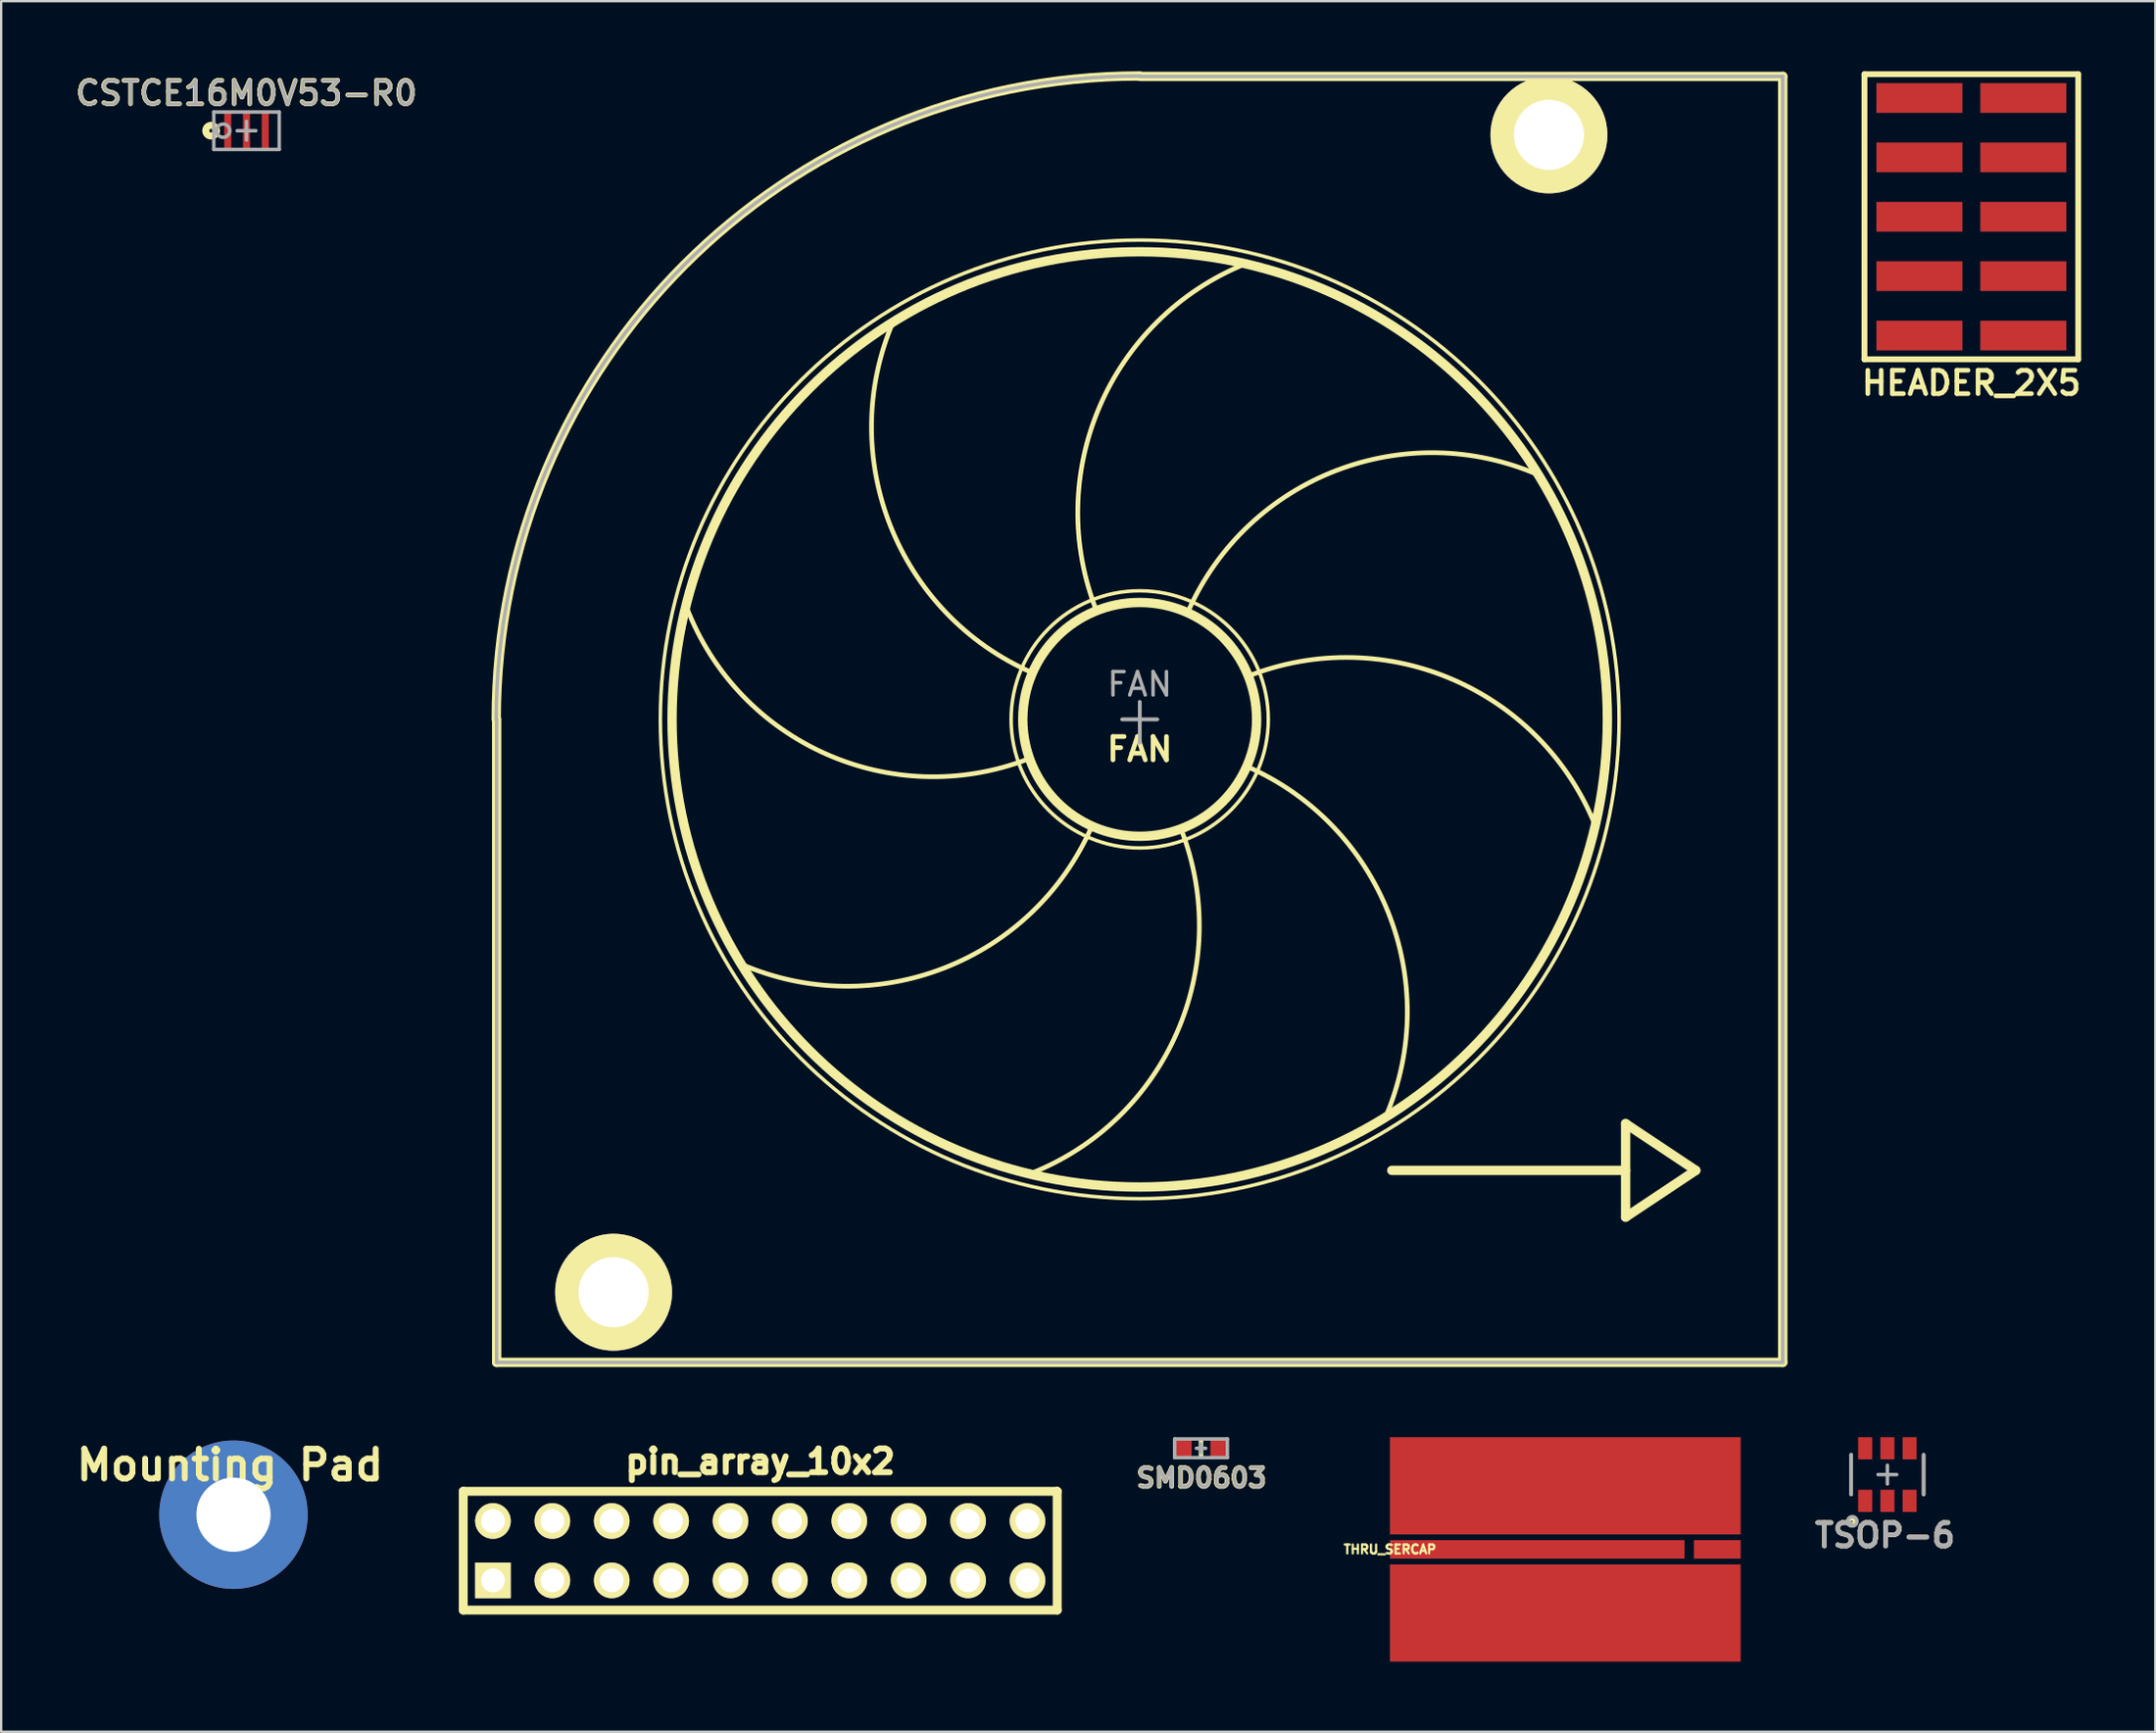
<source format=kicad_pcb>
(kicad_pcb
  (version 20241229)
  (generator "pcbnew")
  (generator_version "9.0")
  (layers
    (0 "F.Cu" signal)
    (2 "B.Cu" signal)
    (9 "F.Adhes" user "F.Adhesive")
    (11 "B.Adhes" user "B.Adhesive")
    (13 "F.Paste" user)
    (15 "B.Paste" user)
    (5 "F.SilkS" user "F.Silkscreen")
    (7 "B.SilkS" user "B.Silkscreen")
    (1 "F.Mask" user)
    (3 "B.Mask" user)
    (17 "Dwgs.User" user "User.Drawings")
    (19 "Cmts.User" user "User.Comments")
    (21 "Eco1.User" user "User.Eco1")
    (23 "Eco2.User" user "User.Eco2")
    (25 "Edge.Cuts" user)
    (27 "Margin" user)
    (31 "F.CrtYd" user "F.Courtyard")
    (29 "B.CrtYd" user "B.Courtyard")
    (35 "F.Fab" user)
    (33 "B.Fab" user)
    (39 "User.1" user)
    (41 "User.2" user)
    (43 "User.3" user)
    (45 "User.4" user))
  (footprint "pin_array_10x2"
    (layer "F.Cu")
    (at 29.461 63.268)
    (property "Reference" "pin_array_10x2" (at 0 -3.81 0) (layer "F.SilkS") (effects (font (size 1.016 1.016) (thickness 0.254))))
    (attr through_hole)
    (fp_line (start -12.7 -2.535) (end -12.7 2.545) (stroke (width 0.381) (type solid)) (layer "F.SilkS"))
    (fp_line (start -12.7 2.545) (end 12.7 2.545) (stroke (width 0.381) (type solid)) (layer "F.SilkS"))
    (fp_line (start 12.7 -2.535) (end -12.7 -2.535) (stroke (width 0.381) (type solid)) (layer "F.SilkS"))
    (fp_line (start 12.7 2.545) (end 12.7 -2.535) (stroke (width 0.381) (type solid)) (layer "F.SilkS"))
    (pad "1" thru_hole rect (at -11.43 1.275) (size 1.524 1.524) (drill 1.016) (layers "*.Cu" "*.Mask" "F.SilkS"))
    (pad "2" thru_hole circle (at -11.43 -1.265) (size 1.524 1.524) (drill 1.016) (layers "*.Cu" "*.Mask" "F.SilkS"))
    (pad "3" thru_hole circle (at -8.89 1.275) (size 1.524 1.524) (drill 1.016) (layers "*.Cu" "*.Mask" "F.SilkS"))
    (pad "4" thru_hole circle (at -8.89 -1.265) (size 1.524 1.524) (drill 1.016) (layers "*.Cu" "*.Mask" "F.SilkS"))
    (pad "5" thru_hole circle (at -6.35 1.275) (size 1.524 1.524) (drill 1.016) (layers "*.Cu" "*.Mask" "F.SilkS"))
    (pad "6" thru_hole circle (at -6.35 -1.265) (size 1.524 1.524) (drill 1.016) (layers "*.Cu" "*.Mask" "F.SilkS"))
    (pad "7" thru_hole circle (at -3.81 1.275) (size 1.524 1.524) (drill 1.016) (layers "*.Cu" "*.Mask" "F.SilkS"))
    (pad "8" thru_hole circle (at -3.81 -1.265) (size 1.524 1.524) (drill 1.016) (layers "*.Cu" "*.Mask" "F.SilkS"))
    (pad "9" thru_hole circle (at -1.27 1.275) (size 1.524 1.524) (drill 1.016) (layers "*.Cu" "*.Mask" "F.SilkS"))
    (pad "10" thru_hole circle (at -1.27 -1.265) (size 1.524 1.524) (drill 1.016) (layers "*.Cu" "*.Mask" "F.SilkS"))
    (pad "11" thru_hole circle (at 1.27 1.275) (size 1.524 1.524) (drill 1.016) (layers "*.Cu" "*.Mask" "F.SilkS"))
    (pad "12" thru_hole circle (at 1.27 -1.265) (size 1.524 1.524) (drill 1.016) (layers "*.Cu" "*.Mask" "F.SilkS"))
    (pad "13" thru_hole circle (at 3.81 1.275) (size 1.524 1.524) (drill 1.016) (layers "*.Cu" "*.Mask" "F.SilkS"))
    (pad "14" thru_hole circle (at 3.81 -1.265) (size 1.524 1.524) (drill 1.016) (layers "*.Cu" "*.Mask" "F.SilkS"))
    (pad "15" thru_hole circle (at 6.35 1.275) (size 1.524 1.524) (drill 1.016) (layers "*.Cu" "*.Mask" "F.SilkS"))
    (pad "16" thru_hole circle (at 6.35 -1.265) (size 1.524 1.524) (drill 1.016) (layers "*.Cu" "*.Mask" "F.SilkS"))
    (pad "17" thru_hole circle (at 8.89 1.275) (size 1.524 1.524) (drill 1.016) (layers "*.Cu" "*.Mask" "F.SilkS"))
    (pad "18" thru_hole circle (at 8.89 -1.265) (size 1.524 1.524) (drill 1.016) (layers "*.Cu" "*.Mask" "F.SilkS"))
    (pad "19" thru_hole circle (at 11.43 1.275) (size 1.524 1.524) (drill 1.016) (layers "*.Cu" "*.Mask" "F.SilkS"))
    (pad "20" thru_hole circle (at 11.43 -1.265) (size 1.524 1.524) (drill 1.016) (layers "*.Cu" "*.Mask" "F.SilkS")))
  (footprint "SMD0603"
    (layer "F.Cu")
    (at 48.312 58.893)
    (property "Reference" "SMD0603" (at 0.022 1.27 0) (layer "F.SilkS") (effects (font (size 0.8 0.8) (thickness 0.2))))
    (attr through_hole)
    (fp_line (start 0 -0.348) (end 0 0.348) (stroke (width 0.196) (type solid)) (layer "F.SilkS"))
    (fp_line (start -1.127 -0.4) (end 1.127 -0.4) (stroke (width 0.15) (type solid)) (layer "F.Fab"))
    (fp_line (start -1.127 0.4) (end -1.127 -0.4) (stroke (width 0.15) (type solid)) (layer "F.Fab"))
    (fp_line (start -0.2 0) (end 0.2 0) (stroke (width 0.15) (type solid)) (layer "F.Fab"))
    (fp_line (start 0 -0.2) (end 0 0.2) (stroke (width 0.15) (type solid)) (layer "F.Fab"))
    (fp_line (start 1.127 -0.4) (end 1.127 0.4) (stroke (width 0.15) (type solid)) (layer "F.Fab"))
    (fp_line (start 1.127 0.4) (end -1.127 0.4) (stroke (width 0.15) (type solid)) (layer "F.Fab"))
    (fp_text user "${REFERENCE}" (at 0.022 1.27 0) (layer "F.Fab") (effects (font (size 0.8 0.8) (thickness 0.15))))
    (pad "1" smd rect (at -0.75 0) (size 0.7 0.8) (layers "F.Cu" "F.Mask" "F.Paste"))
    (pad "2" smd rect (at 0.75 0) (size 0.7 0.8) (layers "F.Cu" "F.Mask" "F.Paste")))
  (footprint "TSOP-6"
    (layer "F.Cu")
    (at 77.665 60.018)
    (property "Reference" "TSOP-6" (at -0.1 2.6 0) (layer "F.SilkS") (effects (font (size 1 1) (thickness 0.2))))
    (attr through_hole)
    (fp_line (start -1.55 -0.85) (end -1.55 0.85) (stroke (width 0.15) (type solid)) (layer "F.SilkS"))
    (fp_line (start 1.55 -0.85) (end 1.55 0.85) (stroke (width 0.15) (type solid)) (layer "F.SilkS"))
    (fp_circle (center -1.54 2.04) (end -1.433 2.14) (stroke (width 0.152) (type solid)) (fill no) (layer "F.SilkS"))
    (fp_line (start -1.55 -0.85) (end -1.55 0.85) (stroke (width 0.15) (type solid)) (layer "F.Fab"))
    (fp_line (start -0.4 0) (end 0.4 0) (stroke (width 0.15) (type solid)) (layer "F.Fab"))
    (fp_line (start 0 -0.4) (end 0 0.4) (stroke (width 0.15) (type solid)) (layer "F.Fab"))
    (fp_line (start 1.55 -0.85) (end 1.55 0.85) (stroke (width 0.15) (type solid)) (layer "F.Fab"))
    (fp_circle (center -1.5 2) (end -1.3 2) (stroke (width 0.15) (type solid)) (fill no) (layer "F.Fab"))
    (fp_text user "${REFERENCE}" (at -0.1 2.6 0) (layer "F.Fab") (effects (font (size 1 1) (thickness 0.2))))
    (pad "1" smd rect (at -0.95 1.125) (size 0.6 0.95) (layers "F.Cu" "F.Mask" "F.Paste"))
    (pad "2" smd rect (at 0 1.125) (size 0.6 0.95) (layers "F.Cu" "F.Mask" "F.Paste"))
    (pad "3" smd rect (at 0.95 1.125) (size 0.6 0.95) (layers "F.Cu" "F.Mask" "F.Paste"))
    (pad "4" smd rect (at 0.95 -1.125) (size 0.6 0.95) (layers "F.Cu" "F.Mask" "F.Paste"))
    (pad "5" smd rect (at 0 -1.125) (size 0.6 0.95) (layers "F.Cu" "F.Mask" "F.Paste"))
    (pad "6" smd rect (at -0.95 -1.125) (size 0.6 0.95) (layers "F.Cu" "F.Mask" "F.Paste")))
  (footprint "FAN"
    (layer "F.Cu")
    (at 45.69 27.718)
    (property "Reference" "FAN" (at 0 1.28 0) (layer "F.SilkS") (effects (font (size 1 1) (thickness 0.2))))
    (attr smd)
    (fp_line (start -27.5 27.5) (end -27.5 0) (stroke (width 0.4) (type solid)) (layer "F.SilkS"))
    (fp_line (start 0 -27.5) (end 27.5 -27.5) (stroke (width 0.4) (type solid)) (layer "F.SilkS"))
    (fp_line (start 10.78 19.289) (end 20.78 19.289) (stroke (width 0.4) (type solid)) (layer "F.SilkS"))
    (fp_line (start 20.78 17.289) (end 20.78 21.289) (stroke (width 0.4) (type solid)) (layer "F.SilkS"))
    (fp_line (start 20.78 21.289) (end 23.78 19.289) (stroke (width 0.4) (type solid)) (layer "F.SilkS"))
    (fp_line (start 23.78 19.289) (end 20.78 17.289) (stroke (width 0.4) (type solid)) (layer "F.SilkS"))
    (fp_line (start 27.5 -27.5) (end 27.5 27.5) (stroke (width 0.4) (type solid)) (layer "F.SilkS"))
    (fp_line (start 27.5 27.5) (end -27.5 27.5) (stroke (width 0.4) (type solid)) (layer "F.SilkS"))
    (fp_arc (start -27.51836 0.00508) (mid -19.462011 -19.454827) (end -0.00508 -27.51836) (stroke (width 0.4) (type solid)) (layer "F.SilkS"))
    (fp_arc (start -4.79044 1.7018) (mid -13.432011 1.472238) (end -19.3802 -4.8006) (stroke (width 0.2) (type solid)) (layer "F.SilkS"))
    (fp_arc (start -4.56184 -1.9812) (mid -10.664952 -8.288344) (end -10.52068 -17.06372) (stroke (width 0.2) (type solid)) (layer "F.SilkS"))
    (fp_arc (start -2.04724 4.572) (mid -8.342225 10.625439) (end -17.07388 10.45464) (stroke (width 0.2) (type solid)) (layer "F.SilkS"))
    (fp_arc (start -1.81864 -4.572) (mid -1.724557 -13.353856) (end 4.55168 -19.49704) (stroke (width 0.2) (type solid)) (layer "F.SilkS"))
    (fp_arc (start 1.76784 4.68884) (mid 1.588673 13.401786) (end -4.699 19.43608) (stroke (width 0.2) (type solid)) (layer "F.SilkS"))
    (fp_arc (start 2.07264 -4.6228) (mid 8.394619 -10.639807) (end 17.1196 -10.42416) (stroke (width 0.2) (type solid)) (layer "F.SilkS"))
    (fp_arc (start 4.51104 1.9812) (mid 10.625439 8.250935) (end 10.5156 17.00784) (stroke (width 0.2) (type solid)) (layer "F.SilkS"))
    (fp_arc (start 4.6228 -1.84404) (mid 13.404762 -1.699412) (end 19.51228 4.61264) (stroke (width 0.2) (type solid)) (layer "F.SilkS"))
    (fp_circle (center 0 0) (end 5 0) (stroke (width 0.4) (type solid)) (fill no) (layer "F.SilkS"))
    (fp_circle (center 0 0) (end 5.5 0) (stroke (width 0.15) (type solid)) (fill no) (layer "F.SilkS"))
    (fp_circle (center 0 0) (end 20 0) (stroke (width 0.4) (type solid)) (fill no) (layer "F.SilkS"))
    (fp_circle (center 0 0) (end 20.5 -0.005) (stroke (width 0.15) (type solid)) (fill no) (layer "F.SilkS"))
    (fp_line (start -27.5 27.5) (end -27.5 0) (stroke (width 0.15) (type solid)) (layer "F.Fab"))
    (fp_line (start 0 -27.5) (end 27.5 -27.5) (stroke (width 0.15) (type solid)) (layer "F.Fab"))
    (fp_line (start 0 -0.75) (end 0 1) (stroke (width 0.15) (type solid)) (layer "F.Fab"))
    (fp_line (start 0 -0.75) (end 0 1) (stroke (width 0.15) (type solid)) (layer "F.Fab"))
    (fp_line (start 0.75 0) (end -0.75 0) (stroke (width 0.15) (type solid)) (layer "F.Fab"))
    (fp_line (start 0.75 0) (end -0.75 0) (stroke (width 0.15) (type solid)) (layer "F.Fab"))
    (fp_line (start 27.5 -27.5) (end 27.5 27.5) (stroke (width 0.15) (type solid)) (layer "F.Fab"))
    (fp_line (start 27.5 27.5) (end -27.5 27.5) (stroke (width 0.15) (type solid)) (layer "F.Fab"))
    (fp_arc (start -27.51836 0.00508) (mid -19.462011 -19.454827) (end -0.00508 -27.51836) (stroke (width 0.15) (type solid)) (layer "F.Fab"))
    (fp_text user "FAN" (at 0 -1.5 0) (layer "F.Fab") (effects (font (size 1 1) (thickness 0.15))))
    (pad "" thru_hole oval (at -22.5 24.5) (size 5 5) (drill 3) (layers "*.Cu" "*.Mask" "F.SilkS"))
    (pad "" thru_hole oval (at 17.5 -25) (size 5 5) (drill 3) (layers "*.Cu" "*.Mask" "F.SilkS")))
  (footprint "THRU_SERCAP"
    (layer "F.Cu")
    (at 56.389 63.218)
    (property "Reference" "THRU_SERCAP" (at 0 0 0) (layer "F.SilkS") (effects (font (size 0.381 0.381) (thickness 0.127))))
    (attr through_hole)
    (fp_poly (pts (xy 0 -0.64) (xy 0 -4.8) (xy 15 -4.8) (xy 15 -0.64)) (stroke (width 0) (type solid)) (fill yes) (layer "F.Cu"))
    (fp_poly (pts (xy 0 0.395) (xy 12.6 0.395) (xy 12.6 -0.395) (xy 0 -0.395)) (stroke (width 0) (type solid)) (fill yes) (layer "F.Cu"))
    (fp_poly (pts (xy 0 0.64) (xy 0 4.8) (xy 15 4.8) (xy 15 0.64)) (stroke (width 0) (type solid)) (fill yes) (layer "F.Cu"))
    (fp_poly (pts (xy 13 0.395) (xy 15 0.395) (xy 15 -0.395) (xy 13 -0.395)) (stroke (width 0) (type solid)) (fill yes) (layer "F.Cu")))
  (footprint "Mounting Pad"
    (layer "F.Cu")
    (at 6.935 61.733)
    (property "Reference" "Mounting Pad" (at -0.15 -2.126 0) (layer "F.SilkS") (effects (font (size 1.27 1.27) (thickness 0.254))))
    (attr through_hole)
    (pad "1" thru_hole circle (at 0 0) (size 6.35 6.35) (drill 3.175) (layers "*.Cu" "*.Mask")))
  (footprint "HEADER_2X5"
    (layer "F.Cu")
    (at 81.256 6.221)
    (property "Reference" "HEADER_2X5" (at 0 7.112 0) (layer "F.SilkS") (effects (font (size 1 1) (thickness 0.2))))
    (attr through_hole)
    (fp_line (start -4.572 -6.096) (end 4.572 -6.096) (stroke (width 0.25) (type solid)) (layer "F.SilkS"))
    (fp_line (start -4.572 6.096) (end -4.572 -6.096) (stroke (width 0.25) (type solid)) (layer "F.SilkS"))
    (fp_line (start 4.572 -6.096) (end 4.572 6.096) (stroke (width 0.25) (type solid)) (layer "F.SilkS"))
    (fp_line (start 4.572 6.096) (end -4.572 6.096) (stroke (width 0.25) (type solid)) (layer "F.SilkS"))
    (pad "1" smd rect (at -2.22 -5.08) (size 3.68 1.27) (layers "F.Cu" "F.Mask" "F.Paste"))
    (pad "2" smd rect (at -2.22 -2.54) (size 3.68 1.27) (layers "F.Cu" "F.Mask" "F.Paste"))
    (pad "3" smd rect (at -2.22 0) (size 3.68 1.27) (layers "F.Cu" "F.Mask" "F.Paste"))
    (pad "4" smd rect (at -2.22 2.54) (size 3.68 1.27) (layers "F.Cu" "F.Mask" "F.Paste"))
    (pad "5" smd rect (at -2.22 5.08) (size 3.68 1.27) (layers "F.Cu" "F.Mask" "F.Paste"))
    (pad "6" smd rect (at 2.22 5.08) (size 3.68 1.27) (layers "F.Cu" "F.Mask" "F.Paste"))
    (pad "7" smd rect (at 2.22 2.54) (size 3.68 1.27) (layers "F.Cu" "F.Mask" "F.Paste"))
    (pad "8" smd rect (at 2.22 0) (size 3.68 1.27) (layers "F.Cu" "F.Mask" "F.Paste"))
    (pad "9" smd rect (at 2.22 -2.54) (size 3.68 1.27) (layers "F.Cu" "F.Mask" "F.Paste"))
    (pad "10" smd rect (at 2.22 -5.08) (size 3.68 1.27) (layers "F.Cu" "F.Mask" "F.Paste")))
  (footprint "CSTCE16M0V53-R0"
    (layer "F.Cu")
    (at 7.492 2.54)
    (property "Reference" "CSTCE16M0V53-R0" (at -0.006 -1.604 0) (layer "F.SilkS") (effects (font (size 1 1) (thickness 0.2))))
    (attr smd)
    (fp_circle (center -1.514 0) (end -1.458 -0.056) (stroke (width 0.3) (type solid)) (fill no) (layer "F.SilkS"))
    (fp_line (start -1.4 -0.8) (end 1.4 -0.8) (stroke (width 0.15) (type solid)) (layer "F.Fab"))
    (fp_line (start -1.4 0.8) (end -1.4 -0.8) (stroke (width 0.15) (type solid)) (layer "F.Fab"))
    (fp_line (start -0.4 0) (end 0.4 0) (stroke (width 0.15) (type solid)) (layer "F.Fab"))
    (fp_line (start 0 -0.4) (end 0 0.4) (stroke (width 0.15) (type solid)) (layer "F.Fab"))
    (fp_line (start 1.4 -0.8) (end 1.4 0.8) (stroke (width 0.15) (type solid)) (layer "F.Fab"))
    (fp_line (start 1.4 0.8) (end -1.4 0.8) (stroke (width 0.15) (type solid)) (layer "F.Fab"))
    (fp_circle (center -1 0) (end -0.8 -0.2) (stroke (width 0.15) (type solid)) (fill no) (layer "F.Fab"))
    (fp_text user "${REFERENCE}" (at 0 -1.6 0) (layer "F.Fab") (effects (font (size 1 1) (thickness 0.15))))
    (pad "1" smd rect (at -0.8 0) (size 0.3 1.6) (layers "F.Cu" "F.Mask" "F.Paste"))
    (pad "2" smd rect (at 0 0) (size 0.3 1.6) (layers "F.Cu" "F.Mask" "F.Paste"))
    (pad "3" smd rect (at 0.8 0) (size 0.3 1.6) (layers "F.Cu" "F.Mask" "F.Paste")))
  (gr_rect
    (start -3 -3)
    (end 89.123 71.018)
    (stroke (width 0.1) (type default))
    (fill no)
    (layer "Edge.Cuts")))
</source>
